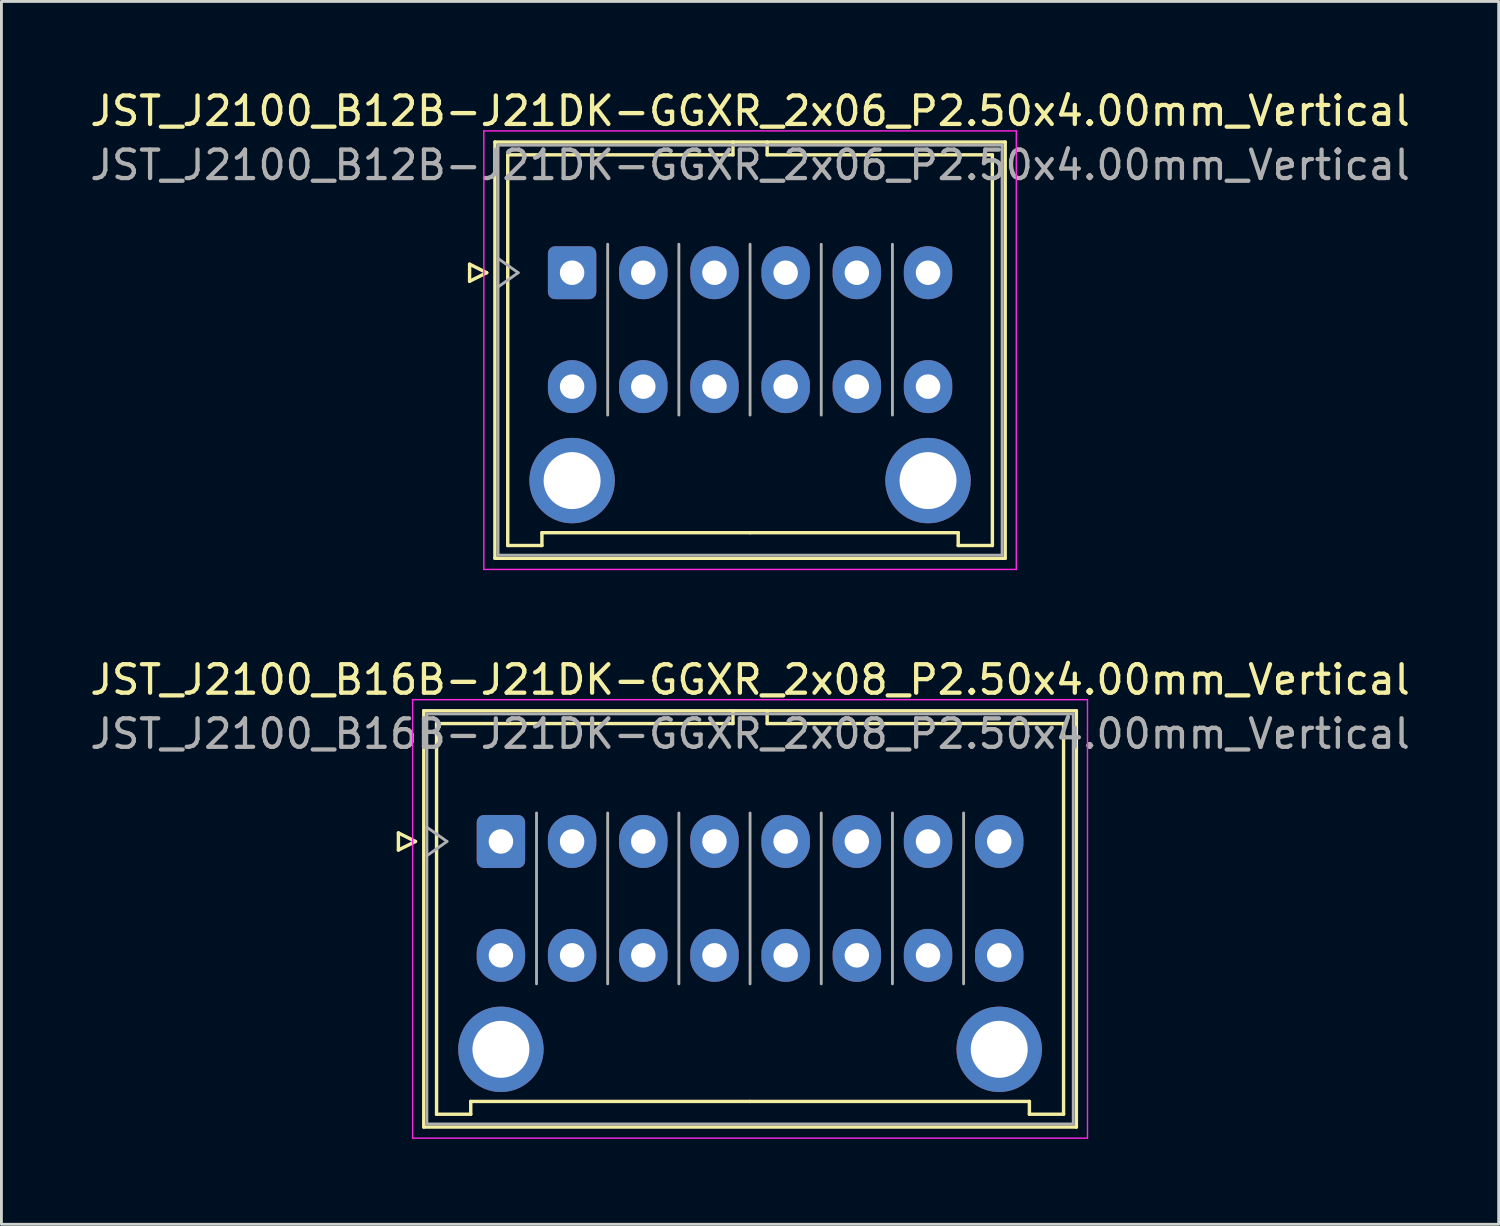
<source format=kicad_pcb>
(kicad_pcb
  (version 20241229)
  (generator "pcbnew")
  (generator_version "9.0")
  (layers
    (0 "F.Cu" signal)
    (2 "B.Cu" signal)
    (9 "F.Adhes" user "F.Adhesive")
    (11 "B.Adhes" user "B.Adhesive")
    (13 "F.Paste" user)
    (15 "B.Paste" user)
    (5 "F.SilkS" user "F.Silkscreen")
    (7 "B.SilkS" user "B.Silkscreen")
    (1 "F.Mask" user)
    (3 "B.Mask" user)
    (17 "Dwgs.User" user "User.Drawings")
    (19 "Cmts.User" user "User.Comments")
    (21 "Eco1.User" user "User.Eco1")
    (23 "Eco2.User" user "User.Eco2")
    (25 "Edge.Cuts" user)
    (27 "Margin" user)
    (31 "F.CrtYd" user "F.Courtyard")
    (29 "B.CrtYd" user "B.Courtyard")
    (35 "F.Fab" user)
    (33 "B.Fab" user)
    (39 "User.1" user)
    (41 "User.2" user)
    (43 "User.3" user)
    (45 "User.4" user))
  (footprint "JST_J2100_B12B-J21DK-GGXR_2x06_P2.50x4.00mm_Vertical"
    (layer "F.Cu")
    (at 17.042 6.528)
    (property "Reference" "JST_J2100_B12B-J21DK-GGXR_2x06_P2.50x4.00mm_Vertical" (at 6.25 -5.68 0) (layer "F.SilkS") (effects (font (size 1 1) (thickness 0.15))))
    (attr through_hole)
    (fp_line (start -3.6 -0.3) (end -3 0) (stroke (width 0.12) (type solid)) (layer "F.SilkS"))
    (fp_line (start -3.6 0.3) (end -3.6 -0.3) (stroke (width 0.12) (type solid)) (layer "F.SilkS"))
    (fp_line (start -3 0) (end -3.6 0.3) (stroke (width 0.12) (type solid)) (layer "F.SilkS"))
    (fp_line (start -2.71 -4.59) (end -2.71 10.03) (stroke (width 0.12) (type solid)) (layer "F.SilkS"))
    (fp_line (start -2.71 10.03) (end 15.21 10.03) (stroke (width 0.12) (type solid)) (layer "F.SilkS"))
    (fp_line (start -2.26 -4.14) (end -2.26 9.58) (stroke (width 0.12) (type solid)) (layer "F.SilkS"))
    (fp_line (start -2.26 9.58) (end -1.06 9.58) (stroke (width 0.12) (type solid)) (layer "F.SilkS"))
    (fp_line (start -1.06 9.13) (end 6.25 9.13) (stroke (width 0.12) (type solid)) (layer "F.SilkS"))
    (fp_line (start -1.06 9.58) (end -1.06 9.13) (stroke (width 0.12) (type solid)) (layer "F.SilkS"))
    (fp_line (start 5.65 -4.59) (end 5.65 -4.14) (stroke (width 0.12) (type solid)) (layer "F.SilkS"))
    (fp_line (start 5.65 -4.14) (end -2.26 -4.14) (stroke (width 0.12) (type solid)) (layer "F.SilkS"))
    (fp_line (start 6.85 -4.59) (end 6.85 -4.14) (stroke (width 0.12) (type solid)) (layer "F.SilkS"))
    (fp_line (start 6.85 -4.14) (end 14.76 -4.14) (stroke (width 0.12) (type solid)) (layer "F.SilkS"))
    (fp_line (start 13.56 9.13) (end 6.25 9.13) (stroke (width 0.12) (type solid)) (layer "F.SilkS"))
    (fp_line (start 13.56 9.58) (end 13.56 9.13) (stroke (width 0.12) (type solid)) (layer "F.SilkS"))
    (fp_line (start 14.76 -4.14) (end 14.76 9.58) (stroke (width 0.12) (type solid)) (layer "F.SilkS"))
    (fp_line (start 14.76 9.58) (end 13.56 9.58) (stroke (width 0.12) (type solid)) (layer "F.SilkS"))
    (fp_line (start 15.21 -4.59) (end -2.71 -4.59) (stroke (width 0.12) (type solid)) (layer "F.SilkS"))
    (fp_line (start 15.21 10.03) (end 15.21 -4.59) (stroke (width 0.12) (type solid)) (layer "F.SilkS"))
    (fp_line (start -3.1 -4.98) (end -3.1 10.42) (stroke (width 0.05) (type solid)) (layer "F.CrtYd"))
    (fp_line (start -3.1 10.42) (end 15.6 10.42) (stroke (width 0.05) (type solid)) (layer "F.CrtYd"))
    (fp_line (start 15.6 -4.98) (end -3.1 -4.98) (stroke (width 0.05) (type solid)) (layer "F.CrtYd"))
    (fp_line (start 15.6 10.42) (end 15.6 -4.98) (stroke (width 0.05) (type solid)) (layer "F.CrtYd"))
    (fp_line (start -2.6 -4.48) (end -2.6 9.92) (stroke (width 0.1) (type solid)) (layer "F.Fab"))
    (fp_line (start -2.6 0.5) (end -1.893 0) (stroke (width 0.1) (type solid)) (layer "F.Fab"))
    (fp_line (start -2.6 9.92) (end 15.1 9.92) (stroke (width 0.1) (type solid)) (layer "F.Fab"))
    (fp_line (start -1.893 0) (end -2.6 -0.5) (stroke (width 0.1) (type solid)) (layer "F.Fab"))
    (fp_line (start 1.25 5) (end 1.25 -1) (stroke (width 0.1) (type solid)) (layer "F.Fab"))
    (fp_line (start 3.75 5) (end 3.75 -1) (stroke (width 0.1) (type solid)) (layer "F.Fab"))
    (fp_line (start 6.25 5) (end 6.25 -1) (stroke (width 0.1) (type solid)) (layer "F.Fab"))
    (fp_line (start 8.75 5) (end 8.75 -1) (stroke (width 0.1) (type solid)) (layer "F.Fab"))
    (fp_line (start 11.25 5) (end 11.25 -1) (stroke (width 0.1) (type solid)) (layer "F.Fab"))
    (fp_line (start 15.1 -4.48) (end -2.6 -4.48) (stroke (width 0.1) (type solid)) (layer "F.Fab"))
    (fp_line (start 15.1 9.92) (end 15.1 -4.48) (stroke (width 0.1) (type solid)) (layer "F.Fab"))
    (fp_text user "${REFERENCE}" (at 6.25 -3.78 0) (layer "F.Fab") (effects (font (size 1 1) (thickness 0.15))))
    (pad "" thru_hole circle (at 0 7.3) (size 3 3) (drill 2) (layers "*.Cu" "*.Mask"))
    (pad "" thru_hole circle (at 12.5 7.3) (size 3 3) (drill 2) (layers "*.Cu" "*.Mask"))
    (pad "1" thru_hole roundrect (at 0 0) (size 1.7 1.86) (drill 0.86) (layers "*.Cu" "*.Mask") (roundrect_rratio 0.147))
    (pad "2" thru_hole oval (at 2.5 0) (size 1.7 1.86) (drill 0.86) (layers "*.Cu" "*.Mask"))
    (pad "3" thru_hole oval (at 5 0) (size 1.7 1.86) (drill 0.86) (layers "*.Cu" "*.Mask"))
    (pad "4" thru_hole oval (at 7.5 0) (size 1.7 1.86) (drill 0.86) (layers "*.Cu" "*.Mask"))
    (pad "5" thru_hole oval (at 10 0) (size 1.7 1.86) (drill 0.86) (layers "*.Cu" "*.Mask"))
    (pad "6" thru_hole oval (at 12.5 0) (size 1.7 1.86) (drill 0.86) (layers "*.Cu" "*.Mask"))
    (pad "7" thru_hole oval (at 0 4) (size 1.7 1.86) (drill 0.86) (layers "*.Cu" "*.Mask"))
    (pad "8" thru_hole oval (at 2.5 4) (size 1.7 1.86) (drill 0.86) (layers "*.Cu" "*.Mask"))
    (pad "9" thru_hole oval (at 5 4) (size 1.7 1.86) (drill 0.86) (layers "*.Cu" "*.Mask"))
    (pad "10" thru_hole oval (at 7.5 4) (size 1.7 1.86) (drill 0.86) (layers "*.Cu" "*.Mask"))
    (pad "11" thru_hole oval (at 10 4) (size 1.7 1.86) (drill 0.86) (layers "*.Cu" "*.Mask"))
    (pad "12" thru_hole oval (at 12.5 4) (size 1.7 1.86) (drill 0.86) (layers "*.Cu" "*.Mask")))
  (footprint "JST_J2100_B16B-J21DK-GGXR_2x08_P2.50x4.00mm_Vertical"
    (layer "F.Cu")
    (at 14.542 26.502)
    (property "Reference" "JST_J2100_B16B-J21DK-GGXR_2x08_P2.50x4.00mm_Vertical" (at 8.75 -5.68 0) (layer "F.SilkS") (effects (font (size 1 1) (thickness 0.15))))
    (attr through_hole)
    (fp_line (start -3.6 -0.3) (end -3 0) (stroke (width 0.12) (type solid)) (layer "F.SilkS"))
    (fp_line (start -3.6 0.3) (end -3.6 -0.3) (stroke (width 0.12) (type solid)) (layer "F.SilkS"))
    (fp_line (start -3 0) (end -3.6 0.3) (stroke (width 0.12) (type solid)) (layer "F.SilkS"))
    (fp_line (start -2.71 -4.59) (end -2.71 10.03) (stroke (width 0.12) (type solid)) (layer "F.SilkS"))
    (fp_line (start -2.71 10.03) (end 20.21 10.03) (stroke (width 0.12) (type solid)) (layer "F.SilkS"))
    (fp_line (start -2.26 -4.14) (end -2.26 9.58) (stroke (width 0.12) (type solid)) (layer "F.SilkS"))
    (fp_line (start -2.26 9.58) (end -1.06 9.58) (stroke (width 0.12) (type solid)) (layer "F.SilkS"))
    (fp_line (start -1.06 9.13) (end 8.75 9.13) (stroke (width 0.12) (type solid)) (layer "F.SilkS"))
    (fp_line (start -1.06 9.58) (end -1.06 9.13) (stroke (width 0.12) (type solid)) (layer "F.SilkS"))
    (fp_line (start 8.15 -4.59) (end 8.15 -4.14) (stroke (width 0.12) (type solid)) (layer "F.SilkS"))
    (fp_line (start 8.15 -4.14) (end -2.26 -4.14) (stroke (width 0.12) (type solid)) (layer "F.SilkS"))
    (fp_line (start 9.35 -4.59) (end 9.35 -4.14) (stroke (width 0.12) (type solid)) (layer "F.SilkS"))
    (fp_line (start 9.35 -4.14) (end 19.76 -4.14) (stroke (width 0.12) (type solid)) (layer "F.SilkS"))
    (fp_line (start 18.56 9.13) (end 8.75 9.13) (stroke (width 0.12) (type solid)) (layer "F.SilkS"))
    (fp_line (start 18.56 9.58) (end 18.56 9.13) (stroke (width 0.12) (type solid)) (layer "F.SilkS"))
    (fp_line (start 19.76 -4.14) (end 19.76 9.58) (stroke (width 0.12) (type solid)) (layer "F.SilkS"))
    (fp_line (start 19.76 9.58) (end 18.56 9.58) (stroke (width 0.12) (type solid)) (layer "F.SilkS"))
    (fp_line (start 20.21 -4.59) (end -2.71 -4.59) (stroke (width 0.12) (type solid)) (layer "F.SilkS"))
    (fp_line (start 20.21 10.03) (end 20.21 -4.59) (stroke (width 0.12) (type solid)) (layer "F.SilkS"))
    (fp_line (start -3.1 -4.98) (end -3.1 10.42) (stroke (width 0.05) (type solid)) (layer "F.CrtYd"))
    (fp_line (start -3.1 10.42) (end 20.6 10.42) (stroke (width 0.05) (type solid)) (layer "F.CrtYd"))
    (fp_line (start 20.6 -4.98) (end -3.1 -4.98) (stroke (width 0.05) (type solid)) (layer "F.CrtYd"))
    (fp_line (start 20.6 10.42) (end 20.6 -4.98) (stroke (width 0.05) (type solid)) (layer "F.CrtYd"))
    (fp_line (start -2.6 -4.48) (end -2.6 9.92) (stroke (width 0.1) (type solid)) (layer "F.Fab"))
    (fp_line (start -2.6 0.5) (end -1.893 0) (stroke (width 0.1) (type solid)) (layer "F.Fab"))
    (fp_line (start -2.6 9.92) (end 20.1 9.92) (stroke (width 0.1) (type solid)) (layer "F.Fab"))
    (fp_line (start -1.893 0) (end -2.6 -0.5) (stroke (width 0.1) (type solid)) (layer "F.Fab"))
    (fp_line (start 1.25 5) (end 1.25 -1) (stroke (width 0.1) (type solid)) (layer "F.Fab"))
    (fp_line (start 3.75 5) (end 3.75 -1) (stroke (width 0.1) (type solid)) (layer "F.Fab"))
    (fp_line (start 6.25 5) (end 6.25 -1) (stroke (width 0.1) (type solid)) (layer "F.Fab"))
    (fp_line (start 8.75 5) (end 8.75 -1) (stroke (width 0.1) (type solid)) (layer "F.Fab"))
    (fp_line (start 11.25 5) (end 11.25 -1) (stroke (width 0.1) (type solid)) (layer "F.Fab"))
    (fp_line (start 13.75 5) (end 13.75 -1) (stroke (width 0.1) (type solid)) (layer "F.Fab"))
    (fp_line (start 16.25 5) (end 16.25 -1) (stroke (width 0.1) (type solid)) (layer "F.Fab"))
    (fp_line (start 20.1 -4.48) (end -2.6 -4.48) (stroke (width 0.1) (type solid)) (layer "F.Fab"))
    (fp_line (start 20.1 9.92) (end 20.1 -4.48) (stroke (width 0.1) (type solid)) (layer "F.Fab"))
    (fp_text user "${REFERENCE}" (at 8.75 -3.78 0) (layer "F.Fab") (effects (font (size 1 1) (thickness 0.15))))
    (pad "" thru_hole circle (at 0 7.3) (size 3 3) (drill 2) (layers "*.Cu" "*.Mask"))
    (pad "" thru_hole circle (at 17.5 7.3) (size 3 3) (drill 2) (layers "*.Cu" "*.Mask"))
    (pad "1" thru_hole roundrect (at 0 0) (size 1.7 1.86) (drill 0.86) (layers "*.Cu" "*.Mask") (roundrect_rratio 0.147))
    (pad "2" thru_hole oval (at 2.5 0) (size 1.7 1.86) (drill 0.86) (layers "*.Cu" "*.Mask"))
    (pad "3" thru_hole oval (at 5 0) (size 1.7 1.86) (drill 0.86) (layers "*.Cu" "*.Mask"))
    (pad "4" thru_hole oval (at 7.5 0) (size 1.7 1.86) (drill 0.86) (layers "*.Cu" "*.Mask"))
    (pad "5" thru_hole oval (at 10 0) (size 1.7 1.86) (drill 0.86) (layers "*.Cu" "*.Mask"))
    (pad "6" thru_hole oval (at 12.5 0) (size 1.7 1.86) (drill 0.86) (layers "*.Cu" "*.Mask"))
    (pad "7" thru_hole oval (at 15 0) (size 1.7 1.86) (drill 0.86) (layers "*.Cu" "*.Mask"))
    (pad "8" thru_hole oval (at 17.5 0) (size 1.7 1.86) (drill 0.86) (layers "*.Cu" "*.Mask"))
    (pad "9" thru_hole oval (at 0 4) (size 1.7 1.86) (drill 0.86) (layers "*.Cu" "*.Mask"))
    (pad "10" thru_hole oval (at 2.5 4) (size 1.7 1.86) (drill 0.86) (layers "*.Cu" "*.Mask"))
    (pad "11" thru_hole oval (at 5 4) (size 1.7 1.86) (drill 0.86) (layers "*.Cu" "*.Mask"))
    (pad "12" thru_hole oval (at 7.5 4) (size 1.7 1.86) (drill 0.86) (layers "*.Cu" "*.Mask"))
    (pad "13" thru_hole oval (at 10 4) (size 1.7 1.86) (drill 0.86) (layers "*.Cu" "*.Mask"))
    (pad "14" thru_hole oval (at 12.5 4) (size 1.7 1.86) (drill 0.86) (layers "*.Cu" "*.Mask"))
    (pad "15" thru_hole oval (at 15 4) (size 1.7 1.86) (drill 0.86) (layers "*.Cu" "*.Mask"))
    (pad "16" thru_hole oval (at 17.5 4) (size 1.7 1.86) (drill 0.86) (layers "*.Cu" "*.Mask")))
  (gr_rect
    (start -3 -3)
    (end 49.583 39.947)
    (stroke (width 0.1) (type default))
    (fill no)
    (layer "Edge.Cuts")))
</source>
